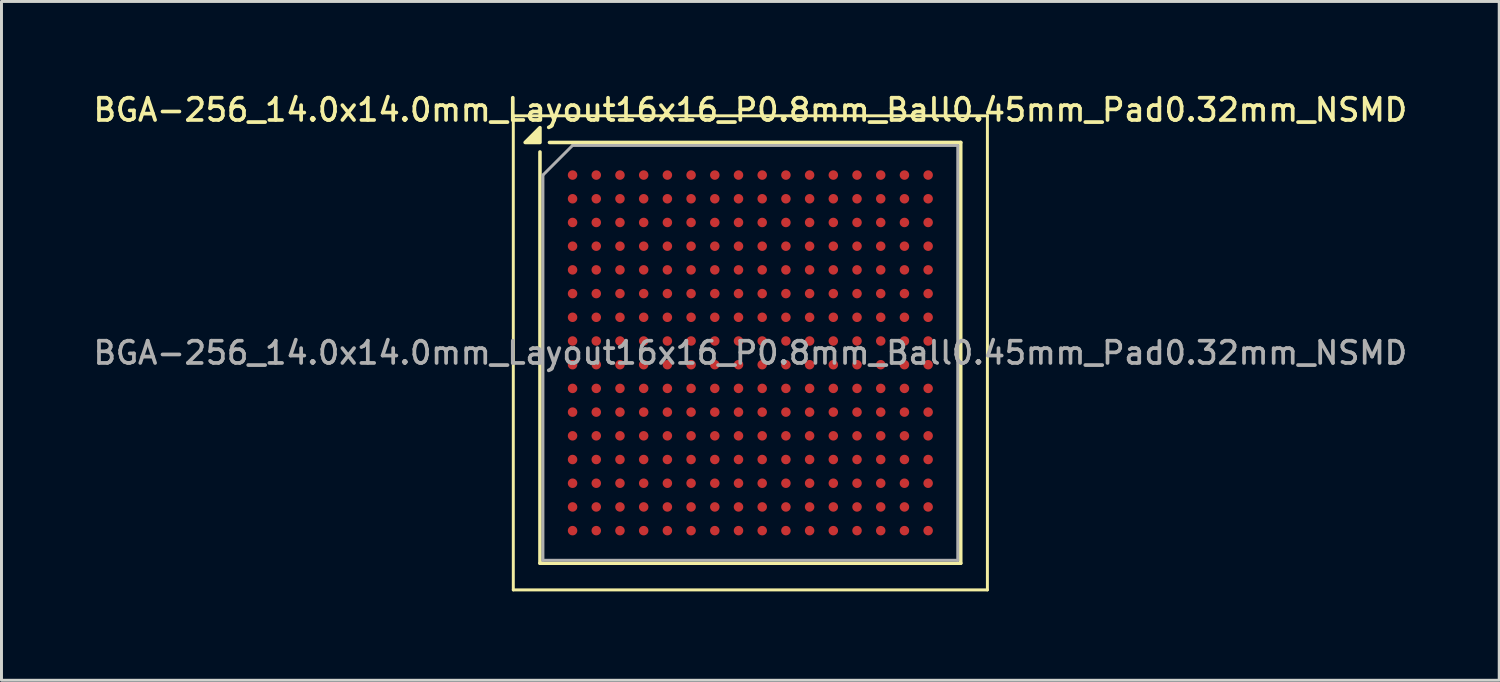
<source format=kicad_pcb>
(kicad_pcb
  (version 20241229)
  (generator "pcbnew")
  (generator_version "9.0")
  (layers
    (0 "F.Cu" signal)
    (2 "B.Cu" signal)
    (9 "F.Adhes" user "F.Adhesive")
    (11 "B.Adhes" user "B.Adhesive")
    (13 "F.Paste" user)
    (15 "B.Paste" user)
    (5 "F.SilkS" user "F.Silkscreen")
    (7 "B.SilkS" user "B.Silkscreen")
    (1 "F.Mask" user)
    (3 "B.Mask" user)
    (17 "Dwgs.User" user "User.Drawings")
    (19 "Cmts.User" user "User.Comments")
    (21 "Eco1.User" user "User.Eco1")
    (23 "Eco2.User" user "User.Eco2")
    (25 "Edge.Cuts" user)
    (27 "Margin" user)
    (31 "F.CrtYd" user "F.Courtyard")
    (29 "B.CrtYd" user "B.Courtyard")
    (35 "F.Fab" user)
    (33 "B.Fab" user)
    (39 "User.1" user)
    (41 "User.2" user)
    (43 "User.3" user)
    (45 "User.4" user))
  (footprint "BGA-256_14.0x14.0mm_Layout16x16_P0.8mm_Ball0.45mm_Pad0.32mm_NSMD"
    (layer "F.Cu")
    (at 22.273 8.858)
    (property "Reference" "BGA-256_14.0x14.0mm_Layout16x16_P0.8mm_Ball0.45mm_Pad0.32mm_NSMD" (at 0 -8.2 0) (layer "F.SilkS") (effects (font (size 0.75 0.75) (thickness 0.125))))
    (attr smd)
    (fp_line (start -8 -8) (end -8 8) (stroke (width 0.1) (type solid)) (layer "F.SilkS"))
    (fp_line (start -8 -8) (end 8 -8) (stroke (width 0.1) (type solid)) (layer "F.SilkS"))
    (fp_line (start -7.1 -6.78) (end -7.1 7.1) (stroke (width 0.12) (type solid)) (layer "F.SilkS"))
    (fp_line (start -7.1 7.1) (end 7.1 7.1) (stroke (width 0.12) (type solid)) (layer "F.SilkS"))
    (fp_line (start 7.1 -7.1) (end -6.78 -7.1) (stroke (width 0.12) (type solid)) (layer "F.SilkS"))
    (fp_line (start 7.1 7.1) (end 7.1 -7.1) (stroke (width 0.12) (type solid)) (layer "F.SilkS"))
    (fp_line (start 8 8) (end -8 8) (stroke (width 0.1) (type solid)) (layer "F.SilkS"))
    (fp_line (start 8 8) (end 8 -8) (stroke (width 0.1) (type solid)) (layer "F.SilkS"))
    (fp_poly (pts (xy -7.1 -7.1) (xy -7.6 -7.1) (xy -7.1 -7.6) (xy -7.1 -7.1)) (stroke (width 0.12) (type solid)) (fill yes) (layer "F.SilkS"))
    (fp_line (start -7 -6) (end -7 7) (stroke (width 0.1) (type solid)) (layer "F.Fab"))
    (fp_line (start -7 7) (end 7 7) (stroke (width 0.1) (type solid)) (layer "F.Fab"))
    (fp_line (start -6 -7) (end -7 -6) (stroke (width 0.1) (type solid)) (layer "F.Fab"))
    (fp_line (start 7 -7) (end -6 -7) (stroke (width 0.1) (type solid)) (layer "F.Fab"))
    (fp_line (start 7 7) (end 7 -7) (stroke (width 0.1) (type solid)) (layer "F.Fab"))
    (fp_text user "${REFERENCE}" (at 0 0 0) (layer "F.Fab") (effects (font (size 0.75 0.75) (thickness 0.125))))
    (pad "A1" smd circle (at -6 -6) (size 0.32 0.32) (property pad_prop_bga) (layers "F.Cu" "F.Mask" "F.Paste"))
    (pad "A2" smd circle (at -5.2 -6) (size 0.32 0.32) (property pad_prop_bga) (layers "F.Cu" "F.Mask" "F.Paste"))
    (pad "A3" smd circle (at -4.4 -6) (size 0.32 0.32) (property pad_prop_bga) (layers "F.Cu" "F.Mask" "F.Paste"))
    (pad "A4" smd circle (at -3.6 -6) (size 0.32 0.32) (property pad_prop_bga) (layers "F.Cu" "F.Mask" "F.Paste"))
    (pad "A5" smd circle (at -2.8 -6) (size 0.32 0.32) (property pad_prop_bga) (layers "F.Cu" "F.Mask" "F.Paste"))
    (pad "A6" smd circle (at -2 -6) (size 0.32 0.32) (property pad_prop_bga) (layers "F.Cu" "F.Mask" "F.Paste"))
    (pad "A7" smd circle (at -1.2 -6) (size 0.32 0.32) (property pad_prop_bga) (layers "F.Cu" "F.Mask" "F.Paste"))
    (pad "A8" smd circle (at -0.4 -6) (size 0.32 0.32) (property pad_prop_bga) (layers "F.Cu" "F.Mask" "F.Paste"))
    (pad "A9" smd circle (at 0.4 -6) (size 0.32 0.32) (property pad_prop_bga) (layers "F.Cu" "F.Mask" "F.Paste"))
    (pad "A10" smd circle (at 1.2 -6) (size 0.32 0.32) (property pad_prop_bga) (layers "F.Cu" "F.Mask" "F.Paste"))
    (pad "A11" smd circle (at 2 -6) (size 0.32 0.32) (property pad_prop_bga) (layers "F.Cu" "F.Mask" "F.Paste"))
    (pad "A12" smd circle (at 2.8 -6) (size 0.32 0.32) (property pad_prop_bga) (layers "F.Cu" "F.Mask" "F.Paste"))
    (pad "A13" smd circle (at 3.6 -6) (size 0.32 0.32) (property pad_prop_bga) (layers "F.Cu" "F.Mask" "F.Paste"))
    (pad "A14" smd circle (at 4.4 -6) (size 0.32 0.32) (property pad_prop_bga) (layers "F.Cu" "F.Mask" "F.Paste"))
    (pad "A15" smd circle (at 5.2 -6) (size 0.32 0.32) (property pad_prop_bga) (layers "F.Cu" "F.Mask" "F.Paste"))
    (pad "A16" smd circle (at 6 -6) (size 0.32 0.32) (property pad_prop_bga) (layers "F.Cu" "F.Mask" "F.Paste"))
    (pad "B1" smd circle (at -6 -5.2) (size 0.32 0.32) (property pad_prop_bga) (layers "F.Cu" "F.Mask" "F.Paste"))
    (pad "B2" smd circle (at -5.2 -5.2) (size 0.32 0.32) (property pad_prop_bga) (layers "F.Cu" "F.Mask" "F.Paste"))
    (pad "B3" smd circle (at -4.4 -5.2) (size 0.32 0.32) (property pad_prop_bga) (layers "F.Cu" "F.Mask" "F.Paste"))
    (pad "B4" smd circle (at -3.6 -5.2) (size 0.32 0.32) (property pad_prop_bga) (layers "F.Cu" "F.Mask" "F.Paste"))
    (pad "B5" smd circle (at -2.8 -5.2) (size 0.32 0.32) (property pad_prop_bga) (layers "F.Cu" "F.Mask" "F.Paste"))
    (pad "B6" smd circle (at -2 -5.2) (size 0.32 0.32) (property pad_prop_bga) (layers "F.Cu" "F.Mask" "F.Paste"))
    (pad "B7" smd circle (at -1.2 -5.2) (size 0.32 0.32) (property pad_prop_bga) (layers "F.Cu" "F.Mask" "F.Paste"))
    (pad "B8" smd circle (at -0.4 -5.2) (size 0.32 0.32) (property pad_prop_bga) (layers "F.Cu" "F.Mask" "F.Paste"))
    (pad "B9" smd circle (at 0.4 -5.2) (size 0.32 0.32) (property pad_prop_bga) (layers "F.Cu" "F.Mask" "F.Paste"))
    (pad "B10" smd circle (at 1.2 -5.2) (size 0.32 0.32) (property pad_prop_bga) (layers "F.Cu" "F.Mask" "F.Paste"))
    (pad "B11" smd circle (at 2 -5.2) (size 0.32 0.32) (property pad_prop_bga) (layers "F.Cu" "F.Mask" "F.Paste"))
    (pad "B12" smd circle (at 2.8 -5.2) (size 0.32 0.32) (property pad_prop_bga) (layers "F.Cu" "F.Mask" "F.Paste"))
    (pad "B13" smd circle (at 3.6 -5.2) (size 0.32 0.32) (property pad_prop_bga) (layers "F.Cu" "F.Mask" "F.Paste"))
    (pad "B14" smd circle (at 4.4 -5.2) (size 0.32 0.32) (property pad_prop_bga) (layers "F.Cu" "F.Mask" "F.Paste"))
    (pad "B15" smd circle (at 5.2 -5.2) (size 0.32 0.32) (property pad_prop_bga) (layers "F.Cu" "F.Mask" "F.Paste"))
    (pad "B16" smd circle (at 6 -5.2) (size 0.32 0.32) (property pad_prop_bga) (layers "F.Cu" "F.Mask" "F.Paste"))
    (pad "C1" smd circle (at -6 -4.4) (size 0.32 0.32) (property pad_prop_bga) (layers "F.Cu" "F.Mask" "F.Paste"))
    (pad "C2" smd circle (at -5.2 -4.4) (size 0.32 0.32) (property pad_prop_bga) (layers "F.Cu" "F.Mask" "F.Paste"))
    (pad "C3" smd circle (at -4.4 -4.4) (size 0.32 0.32) (property pad_prop_bga) (layers "F.Cu" "F.Mask" "F.Paste"))
    (pad "C4" smd circle (at -3.6 -4.4) (size 0.32 0.32) (property pad_prop_bga) (layers "F.Cu" "F.Mask" "F.Paste"))
    (pad "C5" smd circle (at -2.8 -4.4) (size 0.32 0.32) (property pad_prop_bga) (layers "F.Cu" "F.Mask" "F.Paste"))
    (pad "C6" smd circle (at -2 -4.4) (size 0.32 0.32) (property pad_prop_bga) (layers "F.Cu" "F.Mask" "F.Paste"))
    (pad "C7" smd circle (at -1.2 -4.4) (size 0.32 0.32) (property pad_prop_bga) (layers "F.Cu" "F.Mask" "F.Paste"))
    (pad "C8" smd circle (at -0.4 -4.4) (size 0.32 0.32) (property pad_prop_bga) (layers "F.Cu" "F.Mask" "F.Paste"))
    (pad "C9" smd circle (at 0.4 -4.4) (size 0.32 0.32) (property pad_prop_bga) (layers "F.Cu" "F.Mask" "F.Paste"))
    (pad "C10" smd circle (at 1.2 -4.4) (size 0.32 0.32) (property pad_prop_bga) (layers "F.Cu" "F.Mask" "F.Paste"))
    (pad "C11" smd circle (at 2 -4.4) (size 0.32 0.32) (property pad_prop_bga) (layers "F.Cu" "F.Mask" "F.Paste"))
    (pad "C12" smd circle (at 2.8 -4.4) (size 0.32 0.32) (property pad_prop_bga) (layers "F.Cu" "F.Mask" "F.Paste"))
    (pad "C13" smd circle (at 3.6 -4.4) (size 0.32 0.32) (property pad_prop_bga) (layers "F.Cu" "F.Mask" "F.Paste"))
    (pad "C14" smd circle (at 4.4 -4.4) (size 0.32 0.32) (property pad_prop_bga) (layers "F.Cu" "F.Mask" "F.Paste"))
    (pad "C15" smd circle (at 5.2 -4.4) (size 0.32 0.32) (property pad_prop_bga) (layers "F.Cu" "F.Mask" "F.Paste"))
    (pad "C16" smd circle (at 6 -4.4) (size 0.32 0.32) (property pad_prop_bga) (layers "F.Cu" "F.Mask" "F.Paste"))
    (pad "D1" smd circle (at -6 -3.6) (size 0.32 0.32) (property pad_prop_bga) (layers "F.Cu" "F.Mask" "F.Paste"))
    (pad "D2" smd circle (at -5.2 -3.6) (size 0.32 0.32) (property pad_prop_bga) (layers "F.Cu" "F.Mask" "F.Paste"))
    (pad "D3" smd circle (at -4.4 -3.6) (size 0.32 0.32) (property pad_prop_bga) (layers "F.Cu" "F.Mask" "F.Paste"))
    (pad "D4" smd circle (at -3.6 -3.6) (size 0.32 0.32) (property pad_prop_bga) (layers "F.Cu" "F.Mask" "F.Paste"))
    (pad "D5" smd circle (at -2.8 -3.6) (size 0.32 0.32) (property pad_prop_bga) (layers "F.Cu" "F.Mask" "F.Paste"))
    (pad "D6" smd circle (at -2 -3.6) (size 0.32 0.32) (property pad_prop_bga) (layers "F.Cu" "F.Mask" "F.Paste"))
    (pad "D7" smd circle (at -1.2 -3.6) (size 0.32 0.32) (property pad_prop_bga) (layers "F.Cu" "F.Mask" "F.Paste"))
    (pad "D8" smd circle (at -0.4 -3.6) (size 0.32 0.32) (property pad_prop_bga) (layers "F.Cu" "F.Mask" "F.Paste"))
    (pad "D9" smd circle (at 0.4 -3.6) (size 0.32 0.32) (property pad_prop_bga) (layers "F.Cu" "F.Mask" "F.Paste"))
    (pad "D10" smd circle (at 1.2 -3.6) (size 0.32 0.32) (property pad_prop_bga) (layers "F.Cu" "F.Mask" "F.Paste"))
    (pad "D11" smd circle (at 2 -3.6) (size 0.32 0.32) (property pad_prop_bga) (layers "F.Cu" "F.Mask" "F.Paste"))
    (pad "D12" smd circle (at 2.8 -3.6) (size 0.32 0.32) (property pad_prop_bga) (layers "F.Cu" "F.Mask" "F.Paste"))
    (pad "D13" smd circle (at 3.6 -3.6) (size 0.32 0.32) (property pad_prop_bga) (layers "F.Cu" "F.Mask" "F.Paste"))
    (pad "D14" smd circle (at 4.4 -3.6) (size 0.32 0.32) (property pad_prop_bga) (layers "F.Cu" "F.Mask" "F.Paste"))
    (pad "D15" smd circle (at 5.2 -3.6) (size 0.32 0.32) (property pad_prop_bga) (layers "F.Cu" "F.Mask" "F.Paste"))
    (pad "D16" smd circle (at 6 -3.6) (size 0.32 0.32) (property pad_prop_bga) (layers "F.Cu" "F.Mask" "F.Paste"))
    (pad "E1" smd circle (at -6 -2.8) (size 0.32 0.32) (property pad_prop_bga) (layers "F.Cu" "F.Mask" "F.Paste"))
    (pad "E2" smd circle (at -5.2 -2.8) (size 0.32 0.32) (property pad_prop_bga) (layers "F.Cu" "F.Mask" "F.Paste"))
    (pad "E3" smd circle (at -4.4 -2.8) (size 0.32 0.32) (property pad_prop_bga) (layers "F.Cu" "F.Mask" "F.Paste"))
    (pad "E4" smd circle (at -3.6 -2.8) (size 0.32 0.32) (property pad_prop_bga) (layers "F.Cu" "F.Mask" "F.Paste"))
    (pad "E5" smd circle (at -2.8 -2.8) (size 0.32 0.32) (property pad_prop_bga) (layers "F.Cu" "F.Mask" "F.Paste"))
    (pad "E6" smd circle (at -2 -2.8) (size 0.32 0.32) (property pad_prop_bga) (layers "F.Cu" "F.Mask" "F.Paste"))
    (pad "E7" smd circle (at -1.2 -2.8) (size 0.32 0.32) (property pad_prop_bga) (layers "F.Cu" "F.Mask" "F.Paste"))
    (pad "E8" smd circle (at -0.4 -2.8) (size 0.32 0.32) (property pad_prop_bga) (layers "F.Cu" "F.Mask" "F.Paste"))
    (pad "E9" smd circle (at 0.4 -2.8) (size 0.32 0.32) (property pad_prop_bga) (layers "F.Cu" "F.Mask" "F.Paste"))
    (pad "E10" smd circle (at 1.2 -2.8) (size 0.32 0.32) (property pad_prop_bga) (layers "F.Cu" "F.Mask" "F.Paste"))
    (pad "E11" smd circle (at 2 -2.8) (size 0.32 0.32) (property pad_prop_bga) (layers "F.Cu" "F.Mask" "F.Paste"))
    (pad "E12" smd circle (at 2.8 -2.8) (size 0.32 0.32) (property pad_prop_bga) (layers "F.Cu" "F.Mask" "F.Paste"))
    (pad "E13" smd circle (at 3.6 -2.8) (size 0.32 0.32) (property pad_prop_bga) (layers "F.Cu" "F.Mask" "F.Paste"))
    (pad "E14" smd circle (at 4.4 -2.8) (size 0.32 0.32) (property pad_prop_bga) (layers "F.Cu" "F.Mask" "F.Paste"))
    (pad "E15" smd circle (at 5.2 -2.8) (size 0.32 0.32) (property pad_prop_bga) (layers "F.Cu" "F.Mask" "F.Paste"))
    (pad "E16" smd circle (at 6 -2.8) (size 0.32 0.32) (property pad_prop_bga) (layers "F.Cu" "F.Mask" "F.Paste"))
    (pad "F1" smd circle (at -6 -2) (size 0.32 0.32) (property pad_prop_bga) (layers "F.Cu" "F.Mask" "F.Paste"))
    (pad "F2" smd circle (at -5.2 -2) (size 0.32 0.32) (property pad_prop_bga) (layers "F.Cu" "F.Mask" "F.Paste"))
    (pad "F3" smd circle (at -4.4 -2) (size 0.32 0.32) (property pad_prop_bga) (layers "F.Cu" "F.Mask" "F.Paste"))
    (pad "F4" smd circle (at -3.6 -2) (size 0.32 0.32) (property pad_prop_bga) (layers "F.Cu" "F.Mask" "F.Paste"))
    (pad "F5" smd circle (at -2.8 -2) (size 0.32 0.32) (property pad_prop_bga) (layers "F.Cu" "F.Mask" "F.Paste"))
    (pad "F6" smd circle (at -2 -2) (size 0.32 0.32) (property pad_prop_bga) (layers "F.Cu" "F.Mask" "F.Paste"))
    (pad "F7" smd circle (at -1.2 -2) (size 0.32 0.32) (property pad_prop_bga) (layers "F.Cu" "F.Mask" "F.Paste"))
    (pad "F8" smd circle (at -0.4 -2) (size 0.32 0.32) (property pad_prop_bga) (layers "F.Cu" "F.Mask" "F.Paste"))
    (pad "F9" smd circle (at 0.4 -2) (size 0.32 0.32) (property pad_prop_bga) (layers "F.Cu" "F.Mask" "F.Paste"))
    (pad "F10" smd circle (at 1.2 -2) (size 0.32 0.32) (property pad_prop_bga) (layers "F.Cu" "F.Mask" "F.Paste"))
    (pad "F11" smd circle (at 2 -2) (size 0.32 0.32) (property pad_prop_bga) (layers "F.Cu" "F.Mask" "F.Paste"))
    (pad "F12" smd circle (at 2.8 -2) (size 0.32 0.32) (property pad_prop_bga) (layers "F.Cu" "F.Mask" "F.Paste"))
    (pad "F13" smd circle (at 3.6 -2) (size 0.32 0.32) (property pad_prop_bga) (layers "F.Cu" "F.Mask" "F.Paste"))
    (pad "F14" smd circle (at 4.4 -2) (size 0.32 0.32) (property pad_prop_bga) (layers "F.Cu" "F.Mask" "F.Paste"))
    (pad "F15" smd circle (at 5.2 -2) (size 0.32 0.32) (property pad_prop_bga) (layers "F.Cu" "F.Mask" "F.Paste"))
    (pad "F16" smd circle (at 6 -2) (size 0.32 0.32) (property pad_prop_bga) (layers "F.Cu" "F.Mask" "F.Paste"))
    (pad "G1" smd circle (at -6 -1.2) (size 0.32 0.32) (property pad_prop_bga) (layers "F.Cu" "F.Mask" "F.Paste"))
    (pad "G2" smd circle (at -5.2 -1.2) (size 0.32 0.32) (property pad_prop_bga) (layers "F.Cu" "F.Mask" "F.Paste"))
    (pad "G3" smd circle (at -4.4 -1.2) (size 0.32 0.32) (property pad_prop_bga) (layers "F.Cu" "F.Mask" "F.Paste"))
    (pad "G4" smd circle (at -3.6 -1.2) (size 0.32 0.32) (property pad_prop_bga) (layers "F.Cu" "F.Mask" "F.Paste"))
    (pad "G5" smd circle (at -2.8 -1.2) (size 0.32 0.32) (property pad_prop_bga) (layers "F.Cu" "F.Mask" "F.Paste"))
    (pad "G6" smd circle (at -2 -1.2) (size 0.32 0.32) (property pad_prop_bga) (layers "F.Cu" "F.Mask" "F.Paste"))
    (pad "G7" smd circle (at -1.2 -1.2) (size 0.32 0.32) (property pad_prop_bga) (layers "F.Cu" "F.Mask" "F.Paste"))
    (pad "G8" smd circle (at -0.4 -1.2) (size 0.32 0.32) (property pad_prop_bga) (layers "F.Cu" "F.Mask" "F.Paste"))
    (pad "G9" smd circle (at 0.4 -1.2) (size 0.32 0.32) (property pad_prop_bga) (layers "F.Cu" "F.Mask" "F.Paste"))
    (pad "G10" smd circle (at 1.2 -1.2) (size 0.32 0.32) (property pad_prop_bga) (layers "F.Cu" "F.Mask" "F.Paste"))
    (pad "G11" smd circle (at 2 -1.2) (size 0.32 0.32) (property pad_prop_bga) (layers "F.Cu" "F.Mask" "F.Paste"))
    (pad "G12" smd circle (at 2.8 -1.2) (size 0.32 0.32) (property pad_prop_bga) (layers "F.Cu" "F.Mask" "F.Paste"))
    (pad "G13" smd circle (at 3.6 -1.2) (size 0.32 0.32) (property pad_prop_bga) (layers "F.Cu" "F.Mask" "F.Paste"))
    (pad "G14" smd circle (at 4.4 -1.2) (size 0.32 0.32) (property pad_prop_bga) (layers "F.Cu" "F.Mask" "F.Paste"))
    (pad "G15" smd circle (at 5.2 -1.2) (size 0.32 0.32) (property pad_prop_bga) (layers "F.Cu" "F.Mask" "F.Paste"))
    (pad "G16" smd circle (at 6 -1.2) (size 0.32 0.32) (property pad_prop_bga) (layers "F.Cu" "F.Mask" "F.Paste"))
    (pad "H1" smd circle (at -6 -0.4) (size 0.32 0.32) (property pad_prop_bga) (layers "F.Cu" "F.Mask" "F.Paste"))
    (pad "H2" smd circle (at -5.2 -0.4) (size 0.32 0.32) (property pad_prop_bga) (layers "F.Cu" "F.Mask" "F.Paste"))
    (pad "H3" smd circle (at -4.4 -0.4) (size 0.32 0.32) (property pad_prop_bga) (layers "F.Cu" "F.Mask" "F.Paste"))
    (pad "H4" smd circle (at -3.6 -0.4) (size 0.32 0.32) (property pad_prop_bga) (layers "F.Cu" "F.Mask" "F.Paste"))
    (pad "H5" smd circle (at -2.8 -0.4) (size 0.32 0.32) (property pad_prop_bga) (layers "F.Cu" "F.Mask" "F.Paste"))
    (pad "H6" smd circle (at -2 -0.4) (size 0.32 0.32) (property pad_prop_bga) (layers "F.Cu" "F.Mask" "F.Paste"))
    (pad "H7" smd circle (at -1.2 -0.4) (size 0.32 0.32) (property pad_prop_bga) (layers "F.Cu" "F.Mask" "F.Paste"))
    (pad "H8" smd circle (at -0.4 -0.4) (size 0.32 0.32) (property pad_prop_bga) (layers "F.Cu" "F.Mask" "F.Paste"))
    (pad "H9" smd circle (at 0.4 -0.4) (size 0.32 0.32) (property pad_prop_bga) (layers "F.Cu" "F.Mask" "F.Paste"))
    (pad "H10" smd circle (at 1.2 -0.4) (size 0.32 0.32) (property pad_prop_bga) (layers "F.Cu" "F.Mask" "F.Paste"))
    (pad "H11" smd circle (at 2 -0.4) (size 0.32 0.32) (property pad_prop_bga) (layers "F.Cu" "F.Mask" "F.Paste"))
    (pad "H12" smd circle (at 2.8 -0.4) (size 0.32 0.32) (property pad_prop_bga) (layers "F.Cu" "F.Mask" "F.Paste"))
    (pad "H13" smd circle (at 3.6 -0.4) (size 0.32 0.32) (property pad_prop_bga) (layers "F.Cu" "F.Mask" "F.Paste"))
    (pad "H14" smd circle (at 4.4 -0.4) (size 0.32 0.32) (property pad_prop_bga) (layers "F.Cu" "F.Mask" "F.Paste"))
    (pad "H15" smd circle (at 5.2 -0.4) (size 0.32 0.32) (property pad_prop_bga) (layers "F.Cu" "F.Mask" "F.Paste"))
    (pad "H16" smd circle (at 6 -0.4) (size 0.32 0.32) (property pad_prop_bga) (layers "F.Cu" "F.Mask" "F.Paste"))
    (pad "J1" smd circle (at -6 0.4) (size 0.32 0.32) (property pad_prop_bga) (layers "F.Cu" "F.Mask" "F.Paste"))
    (pad "J2" smd circle (at -5.2 0.4) (size 0.32 0.32) (property pad_prop_bga) (layers "F.Cu" "F.Mask" "F.Paste"))
    (pad "J3" smd circle (at -4.4 0.4) (size 0.32 0.32) (property pad_prop_bga) (layers "F.Cu" "F.Mask" "F.Paste"))
    (pad "J4" smd circle (at -3.6 0.4) (size 0.32 0.32) (property pad_prop_bga) (layers "F.Cu" "F.Mask" "F.Paste"))
    (pad "J5" smd circle (at -2.8 0.4) (size 0.32 0.32) (property pad_prop_bga) (layers "F.Cu" "F.Mask" "F.Paste"))
    (pad "J6" smd circle (at -2 0.4) (size 0.32 0.32) (property pad_prop_bga) (layers "F.Cu" "F.Mask" "F.Paste"))
    (pad "J7" smd circle (at -1.2 0.4) (size 0.32 0.32) (property pad_prop_bga) (layers "F.Cu" "F.Mask" "F.Paste"))
    (pad "J8" smd circle (at -0.4 0.4) (size 0.32 0.32) (property pad_prop_bga) (layers "F.Cu" "F.Mask" "F.Paste"))
    (pad "J9" smd circle (at 0.4 0.4) (size 0.32 0.32) (property pad_prop_bga) (layers "F.Cu" "F.Mask" "F.Paste"))
    (pad "J10" smd circle (at 1.2 0.4) (size 0.32 0.32) (property pad_prop_bga) (layers "F.Cu" "F.Mask" "F.Paste"))
    (pad "J11" smd circle (at 2 0.4) (size 0.32 0.32) (property pad_prop_bga) (layers "F.Cu" "F.Mask" "F.Paste"))
    (pad "J12" smd circle (at 2.8 0.4) (size 0.32 0.32) (property pad_prop_bga) (layers "F.Cu" "F.Mask" "F.Paste"))
    (pad "J13" smd circle (at 3.6 0.4) (size 0.32 0.32) (property pad_prop_bga) (layers "F.Cu" "F.Mask" "F.Paste"))
    (pad "J14" smd circle (at 4.4 0.4) (size 0.32 0.32) (property pad_prop_bga) (layers "F.Cu" "F.Mask" "F.Paste"))
    (pad "J15" smd circle (at 5.2 0.4) (size 0.32 0.32) (property pad_prop_bga) (layers "F.Cu" "F.Mask" "F.Paste"))
    (pad "J16" smd circle (at 6 0.4) (size 0.32 0.32) (property pad_prop_bga) (layers "F.Cu" "F.Mask" "F.Paste"))
    (pad "K1" smd circle (at -6 1.2) (size 0.32 0.32) (property pad_prop_bga) (layers "F.Cu" "F.Mask" "F.Paste"))
    (pad "K2" smd circle (at -5.2 1.2) (size 0.32 0.32) (property pad_prop_bga) (layers "F.Cu" "F.Mask" "F.Paste"))
    (pad "K3" smd circle (at -4.4 1.2) (size 0.32 0.32) (property pad_prop_bga) (layers "F.Cu" "F.Mask" "F.Paste"))
    (pad "K4" smd circle (at -3.6 1.2) (size 0.32 0.32) (property pad_prop_bga) (layers "F.Cu" "F.Mask" "F.Paste"))
    (pad "K5" smd circle (at -2.8 1.2) (size 0.32 0.32) (property pad_prop_bga) (layers "F.Cu" "F.Mask" "F.Paste"))
    (pad "K6" smd circle (at -2 1.2) (size 0.32 0.32) (property pad_prop_bga) (layers "F.Cu" "F.Mask" "F.Paste"))
    (pad "K7" smd circle (at -1.2 1.2) (size 0.32 0.32) (property pad_prop_bga) (layers "F.Cu" "F.Mask" "F.Paste"))
    (pad "K8" smd circle (at -0.4 1.2) (size 0.32 0.32) (property pad_prop_bga) (layers "F.Cu" "F.Mask" "F.Paste"))
    (pad "K9" smd circle (at 0.4 1.2) (size 0.32 0.32) (property pad_prop_bga) (layers "F.Cu" "F.Mask" "F.Paste"))
    (pad "K10" smd circle (at 1.2 1.2) (size 0.32 0.32) (property pad_prop_bga) (layers "F.Cu" "F.Mask" "F.Paste"))
    (pad "K11" smd circle (at 2 1.2) (size 0.32 0.32) (property pad_prop_bga) (layers "F.Cu" "F.Mask" "F.Paste"))
    (pad "K12" smd circle (at 2.8 1.2) (size 0.32 0.32) (property pad_prop_bga) (layers "F.Cu" "F.Mask" "F.Paste"))
    (pad "K13" smd circle (at 3.6 1.2) (size 0.32 0.32) (property pad_prop_bga) (layers "F.Cu" "F.Mask" "F.Paste"))
    (pad "K14" smd circle (at 4.4 1.2) (size 0.32 0.32) (property pad_prop_bga) (layers "F.Cu" "F.Mask" "F.Paste"))
    (pad "K15" smd circle (at 5.2 1.2) (size 0.32 0.32) (property pad_prop_bga) (layers "F.Cu" "F.Mask" "F.Paste"))
    (pad "K16" smd circle (at 6 1.2) (size 0.32 0.32) (property pad_prop_bga) (layers "F.Cu" "F.Mask" "F.Paste"))
    (pad "L1" smd circle (at -6 2) (size 0.32 0.32) (property pad_prop_bga) (layers "F.Cu" "F.Mask" "F.Paste"))
    (pad "L2" smd circle (at -5.2 2) (size 0.32 0.32) (property pad_prop_bga) (layers "F.Cu" "F.Mask" "F.Paste"))
    (pad "L3" smd circle (at -4.4 2) (size 0.32 0.32) (property pad_prop_bga) (layers "F.Cu" "F.Mask" "F.Paste"))
    (pad "L4" smd circle (at -3.6 2) (size 0.32 0.32) (property pad_prop_bga) (layers "F.Cu" "F.Mask" "F.Paste"))
    (pad "L5" smd circle (at -2.8 2) (size 0.32 0.32) (property pad_prop_bga) (layers "F.Cu" "F.Mask" "F.Paste"))
    (pad "L6" smd circle (at -2 2) (size 0.32 0.32) (property pad_prop_bga) (layers "F.Cu" "F.Mask" "F.Paste"))
    (pad "L7" smd circle (at -1.2 2) (size 0.32 0.32) (property pad_prop_bga) (layers "F.Cu" "F.Mask" "F.Paste"))
    (pad "L8" smd circle (at -0.4 2) (size 0.32 0.32) (property pad_prop_bga) (layers "F.Cu" "F.Mask" "F.Paste"))
    (pad "L9" smd circle (at 0.4 2) (size 0.32 0.32) (property pad_prop_bga) (layers "F.Cu" "F.Mask" "F.Paste"))
    (pad "L10" smd circle (at 1.2 2) (size 0.32 0.32) (property pad_prop_bga) (layers "F.Cu" "F.Mask" "F.Paste"))
    (pad "L11" smd circle (at 2 2) (size 0.32 0.32) (property pad_prop_bga) (layers "F.Cu" "F.Mask" "F.Paste"))
    (pad "L12" smd circle (at 2.8 2) (size 0.32 0.32) (property pad_prop_bga) (layers "F.Cu" "F.Mask" "F.Paste"))
    (pad "L13" smd circle (at 3.6 2) (size 0.32 0.32) (property pad_prop_bga) (layers "F.Cu" "F.Mask" "F.Paste"))
    (pad "L14" smd circle (at 4.4 2) (size 0.32 0.32) (property pad_prop_bga) (layers "F.Cu" "F.Mask" "F.Paste"))
    (pad "L15" smd circle (at 5.2 2) (size 0.32 0.32) (property pad_prop_bga) (layers "F.Cu" "F.Mask" "F.Paste"))
    (pad "L16" smd circle (at 6 2) (size 0.32 0.32) (property pad_prop_bga) (layers "F.Cu" "F.Mask" "F.Paste"))
    (pad "M1" smd circle (at -6 2.8) (size 0.32 0.32) (property pad_prop_bga) (layers "F.Cu" "F.Mask" "F.Paste"))
    (pad "M2" smd circle (at -5.2 2.8) (size 0.32 0.32) (property pad_prop_bga) (layers "F.Cu" "F.Mask" "F.Paste"))
    (pad "M3" smd circle (at -4.4 2.8) (size 0.32 0.32) (property pad_prop_bga) (layers "F.Cu" "F.Mask" "F.Paste"))
    (pad "M4" smd circle (at -3.6 2.8) (size 0.32 0.32) (property pad_prop_bga) (layers "F.Cu" "F.Mask" "F.Paste"))
    (pad "M5" smd circle (at -2.8 2.8) (size 0.32 0.32) (property pad_prop_bga) (layers "F.Cu" "F.Mask" "F.Paste"))
    (pad "M6" smd circle (at -2 2.8) (size 0.32 0.32) (property pad_prop_bga) (layers "F.Cu" "F.Mask" "F.Paste"))
    (pad "M7" smd circle (at -1.2 2.8) (size 0.32 0.32) (property pad_prop_bga) (layers "F.Cu" "F.Mask" "F.Paste"))
    (pad "M8" smd circle (at -0.4 2.8) (size 0.32 0.32) (property pad_prop_bga) (layers "F.Cu" "F.Mask" "F.Paste"))
    (pad "M9" smd circle (at 0.4 2.8) (size 0.32 0.32) (property pad_prop_bga) (layers "F.Cu" "F.Mask" "F.Paste"))
    (pad "M10" smd circle (at 1.2 2.8) (size 0.32 0.32) (property pad_prop_bga) (layers "F.Cu" "F.Mask" "F.Paste"))
    (pad "M11" smd circle (at 2 2.8) (size 0.32 0.32) (property pad_prop_bga) (layers "F.Cu" "F.Mask" "F.Paste"))
    (pad "M12" smd circle (at 2.8 2.8) (size 0.32 0.32) (property pad_prop_bga) (layers "F.Cu" "F.Mask" "F.Paste"))
    (pad "M13" smd circle (at 3.6 2.8) (size 0.32 0.32) (property pad_prop_bga) (layers "F.Cu" "F.Mask" "F.Paste"))
    (pad "M14" smd circle (at 4.4 2.8) (size 0.32 0.32) (property pad_prop_bga) (layers "F.Cu" "F.Mask" "F.Paste"))
    (pad "M15" smd circle (at 5.2 2.8) (size 0.32 0.32) (property pad_prop_bga) (layers "F.Cu" "F.Mask" "F.Paste"))
    (pad "M16" smd circle (at 6 2.8) (size 0.32 0.32) (property pad_prop_bga) (layers "F.Cu" "F.Mask" "F.Paste"))
    (pad "N1" smd circle (at -6 3.6) (size 0.32 0.32) (property pad_prop_bga) (layers "F.Cu" "F.Mask" "F.Paste"))
    (pad "N2" smd circle (at -5.2 3.6) (size 0.32 0.32) (property pad_prop_bga) (layers "F.Cu" "F.Mask" "F.Paste"))
    (pad "N3" smd circle (at -4.4 3.6) (size 0.32 0.32) (property pad_prop_bga) (layers "F.Cu" "F.Mask" "F.Paste"))
    (pad "N4" smd circle (at -3.6 3.6) (size 0.32 0.32) (property pad_prop_bga) (layers "F.Cu" "F.Mask" "F.Paste"))
    (pad "N5" smd circle (at -2.8 3.6) (size 0.32 0.32) (property pad_prop_bga) (layers "F.Cu" "F.Mask" "F.Paste"))
    (pad "N6" smd circle (at -2 3.6) (size 0.32 0.32) (property pad_prop_bga) (layers "F.Cu" "F.Mask" "F.Paste"))
    (pad "N7" smd circle (at -1.2 3.6) (size 0.32 0.32) (property pad_prop_bga) (layers "F.Cu" "F.Mask" "F.Paste"))
    (pad "N8" smd circle (at -0.4 3.6) (size 0.32 0.32) (property pad_prop_bga) (layers "F.Cu" "F.Mask" "F.Paste"))
    (pad "N9" smd circle (at 0.4 3.6) (size 0.32 0.32) (property pad_prop_bga) (layers "F.Cu" "F.Mask" "F.Paste"))
    (pad "N10" smd circle (at 1.2 3.6) (size 0.32 0.32) (property pad_prop_bga) (layers "F.Cu" "F.Mask" "F.Paste"))
    (pad "N11" smd circle (at 2 3.6) (size 0.32 0.32) (property pad_prop_bga) (layers "F.Cu" "F.Mask" "F.Paste"))
    (pad "N12" smd circle (at 2.8 3.6) (size 0.32 0.32) (property pad_prop_bga) (layers "F.Cu" "F.Mask" "F.Paste"))
    (pad "N13" smd circle (at 3.6 3.6) (size 0.32 0.32) (property pad_prop_bga) (layers "F.Cu" "F.Mask" "F.Paste"))
    (pad "N14" smd circle (at 4.4 3.6) (size 0.32 0.32) (property pad_prop_bga) (layers "F.Cu" "F.Mask" "F.Paste"))
    (pad "N15" smd circle (at 5.2 3.6) (size 0.32 0.32) (property pad_prop_bga) (layers "F.Cu" "F.Mask" "F.Paste"))
    (pad "N16" smd circle (at 6 3.6) (size 0.32 0.32) (property pad_prop_bga) (layers "F.Cu" "F.Mask" "F.Paste"))
    (pad "P1" smd circle (at -6 4.4) (size 0.32 0.32) (property pad_prop_bga) (layers "F.Cu" "F.Mask" "F.Paste"))
    (pad "P2" smd circle (at -5.2 4.4) (size 0.32 0.32) (property pad_prop_bga) (layers "F.Cu" "F.Mask" "F.Paste"))
    (pad "P3" smd circle (at -4.4 4.4) (size 0.32 0.32) (property pad_prop_bga) (layers "F.Cu" "F.Mask" "F.Paste"))
    (pad "P4" smd circle (at -3.6 4.4) (size 0.32 0.32) (property pad_prop_bga) (layers "F.Cu" "F.Mask" "F.Paste"))
    (pad "P5" smd circle (at -2.8 4.4) (size 0.32 0.32) (property pad_prop_bga) (layers "F.Cu" "F.Mask" "F.Paste"))
    (pad "P6" smd circle (at -2 4.4) (size 0.32 0.32) (property pad_prop_bga) (layers "F.Cu" "F.Mask" "F.Paste"))
    (pad "P7" smd circle (at -1.2 4.4) (size 0.32 0.32) (property pad_prop_bga) (layers "F.Cu" "F.Mask" "F.Paste"))
    (pad "P8" smd circle (at -0.4 4.4) (size 0.32 0.32) (property pad_prop_bga) (layers "F.Cu" "F.Mask" "F.Paste"))
    (pad "P9" smd circle (at 0.4 4.4) (size 0.32 0.32) (property pad_prop_bga) (layers "F.Cu" "F.Mask" "F.Paste"))
    (pad "P10" smd circle (at 1.2 4.4) (size 0.32 0.32) (property pad_prop_bga) (layers "F.Cu" "F.Mask" "F.Paste"))
    (pad "P11" smd circle (at 2 4.4) (size 0.32 0.32) (property pad_prop_bga) (layers "F.Cu" "F.Mask" "F.Paste"))
    (pad "P12" smd circle (at 2.8 4.4) (size 0.32 0.32) (property pad_prop_bga) (layers "F.Cu" "F.Mask" "F.Paste"))
    (pad "P13" smd circle (at 3.6 4.4) (size 0.32 0.32) (property pad_prop_bga) (layers "F.Cu" "F.Mask" "F.Paste"))
    (pad "P14" smd circle (at 4.4 4.4) (size 0.32 0.32) (property pad_prop_bga) (layers "F.Cu" "F.Mask" "F.Paste"))
    (pad "P15" smd circle (at 5.2 4.4) (size 0.32 0.32) (property pad_prop_bga) (layers "F.Cu" "F.Mask" "F.Paste"))
    (pad "P16" smd circle (at 6 4.4) (size 0.32 0.32) (property pad_prop_bga) (layers "F.Cu" "F.Mask" "F.Paste"))
    (pad "R1" smd circle (at -6 5.2) (size 0.32 0.32) (property pad_prop_bga) (layers "F.Cu" "F.Mask" "F.Paste"))
    (pad "R2" smd circle (at -5.2 5.2) (size 0.32 0.32) (property pad_prop_bga) (layers "F.Cu" "F.Mask" "F.Paste"))
    (pad "R3" smd circle (at -4.4 5.2) (size 0.32 0.32) (property pad_prop_bga) (layers "F.Cu" "F.Mask" "F.Paste"))
    (pad "R4" smd circle (at -3.6 5.2) (size 0.32 0.32) (property pad_prop_bga) (layers "F.Cu" "F.Mask" "F.Paste"))
    (pad "R5" smd circle (at -2.8 5.2) (size 0.32 0.32) (property pad_prop_bga) (layers "F.Cu" "F.Mask" "F.Paste"))
    (pad "R6" smd circle (at -2 5.2) (size 0.32 0.32) (property pad_prop_bga) (layers "F.Cu" "F.Mask" "F.Paste"))
    (pad "R7" smd circle (at -1.2 5.2) (size 0.32 0.32) (property pad_prop_bga) (layers "F.Cu" "F.Mask" "F.Paste"))
    (pad "R8" smd circle (at -0.4 5.2) (size 0.32 0.32) (property pad_prop_bga) (layers "F.Cu" "F.Mask" "F.Paste"))
    (pad "R9" smd circle (at 0.4 5.2) (size 0.32 0.32) (property pad_prop_bga) (layers "F.Cu" "F.Mask" "F.Paste"))
    (pad "R10" smd circle (at 1.2 5.2) (size 0.32 0.32) (property pad_prop_bga) (layers "F.Cu" "F.Mask" "F.Paste"))
    (pad "R11" smd circle (at 2 5.2) (size 0.32 0.32) (property pad_prop_bga) (layers "F.Cu" "F.Mask" "F.Paste"))
    (pad "R12" smd circle (at 2.8 5.2) (size 0.32 0.32) (property pad_prop_bga) (layers "F.Cu" "F.Mask" "F.Paste"))
    (pad "R13" smd circle (at 3.6 5.2) (size 0.32 0.32) (property pad_prop_bga) (layers "F.Cu" "F.Mask" "F.Paste"))
    (pad "R14" smd circle (at 4.4 5.2) (size 0.32 0.32) (property pad_prop_bga) (layers "F.Cu" "F.Mask" "F.Paste"))
    (pad "R15" smd circle (at 5.2 5.2) (size 0.32 0.32) (property pad_prop_bga) (layers "F.Cu" "F.Mask" "F.Paste"))
    (pad "R16" smd circle (at 6 5.2) (size 0.32 0.32) (property pad_prop_bga) (layers "F.Cu" "F.Mask" "F.Paste"))
    (pad "T1" smd circle (at -6 6) (size 0.32 0.32) (property pad_prop_bga) (layers "F.Cu" "F.Mask" "F.Paste"))
    (pad "T2" smd circle (at -5.2 6) (size 0.32 0.32) (property pad_prop_bga) (layers "F.Cu" "F.Mask" "F.Paste"))
    (pad "T3" smd circle (at -4.4 6) (size 0.32 0.32) (property pad_prop_bga) (layers "F.Cu" "F.Mask" "F.Paste"))
    (pad "T4" smd circle (at -3.6 6) (size 0.32 0.32) (property pad_prop_bga) (layers "F.Cu" "F.Mask" "F.Paste"))
    (pad "T5" smd circle (at -2.8 6) (size 0.32 0.32) (property pad_prop_bga) (layers "F.Cu" "F.Mask" "F.Paste"))
    (pad "T6" smd circle (at -2 6) (size 0.32 0.32) (property pad_prop_bga) (layers "F.Cu" "F.Mask" "F.Paste"))
    (pad "T7" smd circle (at -1.2 6) (size 0.32 0.32) (property pad_prop_bga) (layers "F.Cu" "F.Mask" "F.Paste"))
    (pad "T8" smd circle (at -0.4 6) (size 0.32 0.32) (property pad_prop_bga) (layers "F.Cu" "F.Mask" "F.Paste"))
    (pad "T9" smd circle (at 0.4 6) (size 0.32 0.32) (property pad_prop_bga) (layers "F.Cu" "F.Mask" "F.Paste"))
    (pad "T10" smd circle (at 1.2 6) (size 0.32 0.32) (property pad_prop_bga) (layers "F.Cu" "F.Mask" "F.Paste"))
    (pad "T11" smd circle (at 2 6) (size 0.32 0.32) (property pad_prop_bga) (layers "F.Cu" "F.Mask" "F.Paste"))
    (pad "T12" smd circle (at 2.8 6) (size 0.32 0.32) (property pad_prop_bga) (layers "F.Cu" "F.Mask" "F.Paste"))
    (pad "T13" smd circle (at 3.6 6) (size 0.32 0.32) (property pad_prop_bga) (layers "F.Cu" "F.Mask" "F.Paste"))
    (pad "T14" smd circle (at 4.4 6) (size 0.32 0.32) (property pad_prop_bga) (layers "F.Cu" "F.Mask" "F.Paste"))
    (pad "T15" smd circle (at 5.2 6) (size 0.32 0.32) (property pad_prop_bga) (layers "F.Cu" "F.Mask" "F.Paste"))
    (pad "T16" smd circle (at 6 6) (size 0.32 0.32) (property pad_prop_bga) (layers "F.Cu" "F.Mask" "F.Paste")))
  (gr_rect
    (start -3 -3)
    (end 47.546 19.908)
    (stroke (width 0.1) (type default))
    (fill no)
    (layer "Edge.Cuts")))
</source>
